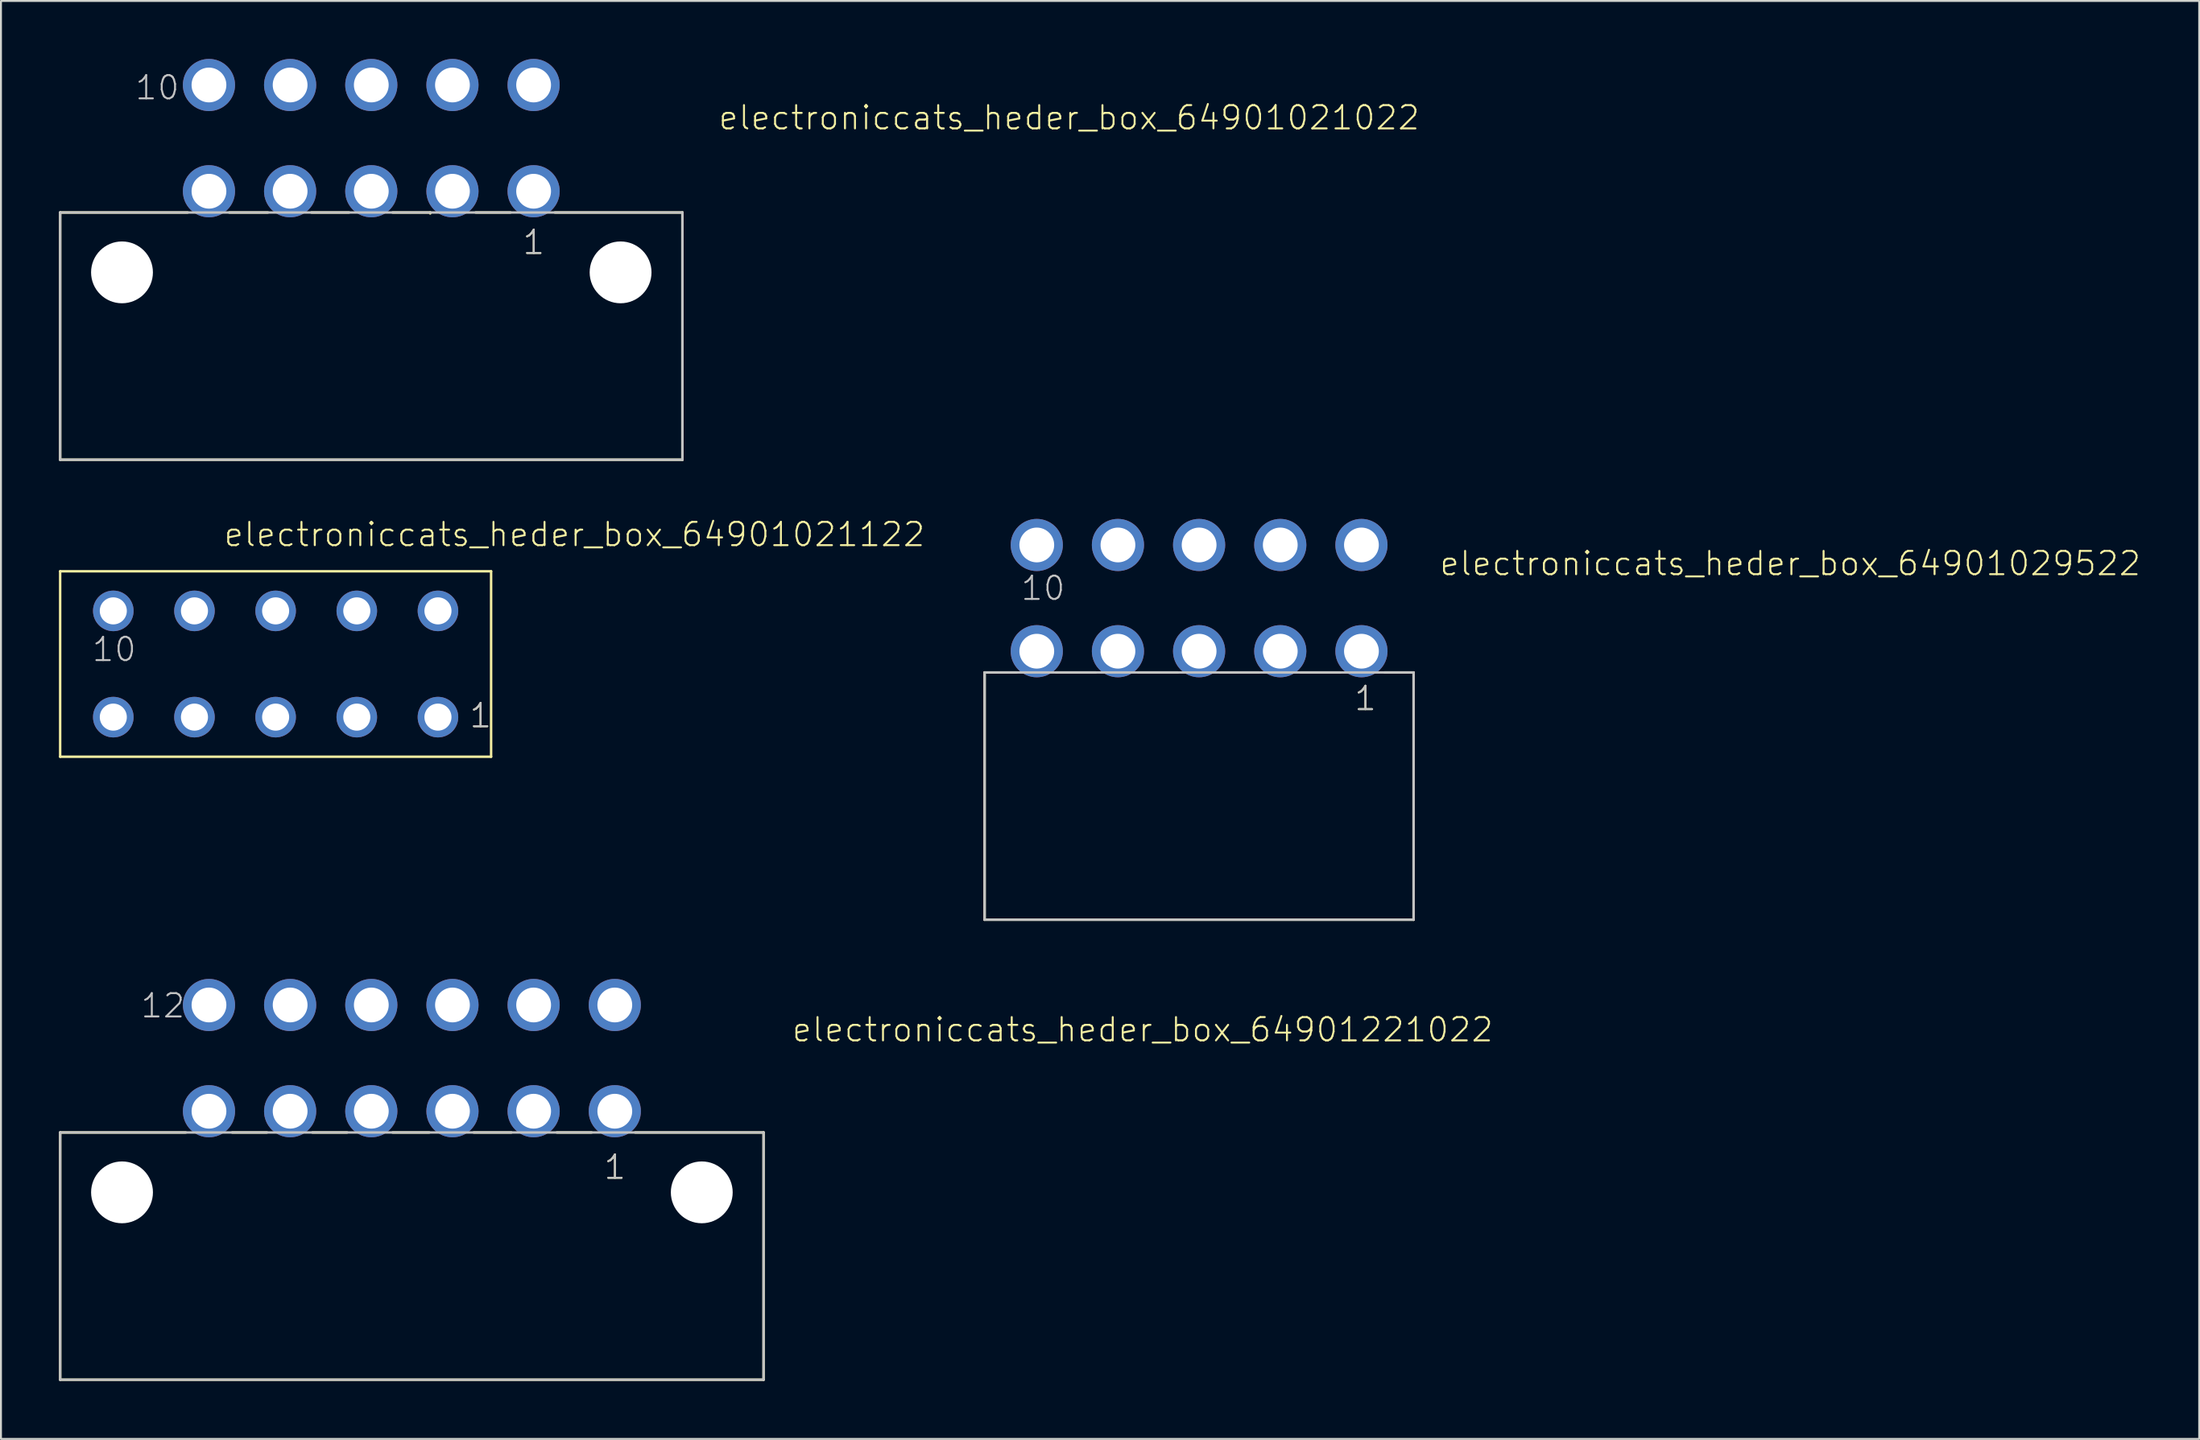
<source format=kicad_pcb>
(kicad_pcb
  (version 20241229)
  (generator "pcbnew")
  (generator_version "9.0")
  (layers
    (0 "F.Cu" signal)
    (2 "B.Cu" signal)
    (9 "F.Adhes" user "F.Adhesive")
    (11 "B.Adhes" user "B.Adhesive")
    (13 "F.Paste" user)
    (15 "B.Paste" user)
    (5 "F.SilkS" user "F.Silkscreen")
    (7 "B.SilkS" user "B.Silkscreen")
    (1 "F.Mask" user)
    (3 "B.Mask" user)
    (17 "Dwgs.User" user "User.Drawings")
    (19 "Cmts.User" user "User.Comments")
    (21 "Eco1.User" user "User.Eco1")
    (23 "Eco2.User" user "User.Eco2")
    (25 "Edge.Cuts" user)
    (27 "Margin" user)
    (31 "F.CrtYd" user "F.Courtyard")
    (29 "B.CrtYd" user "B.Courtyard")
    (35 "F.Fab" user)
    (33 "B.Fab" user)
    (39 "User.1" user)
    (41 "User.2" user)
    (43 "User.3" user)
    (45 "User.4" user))
  (footprint "electroniccats_heder_box_64901221022"
    (layer "F.Cu")
    (at 18.264 58.677)
    (property "Reference" "electroniccats_heder_box_64901221022" (at 19.602 -7.715 0) (layer "F.SilkS") (effects (font (size 1.206 1.206) (thickness 0.102)) (justify left bottom)))
    (attr through_hole)
    (fp_line (start -18.2 -3.1) (end -11.7 -3.1) (stroke (width 0.127) (type solid)) (layer "F.SilkS"))
    (fp_line (start -18.2 9.7) (end -18.2 -3.1) (stroke (width 0.127) (type solid)) (layer "F.SilkS"))
    (fp_line (start -9.3 -3.1) (end -7.5 -3.1) (stroke (width 0.127) (type solid)) (layer "F.SilkS"))
    (fp_line (start -5.15 -3.1) (end -3.35 -3.1) (stroke (width 0.127) (type solid)) (layer "F.SilkS"))
    (fp_line (start -1 -3.1) (end 0.9 -3.1) (stroke (width 0.127) (type solid)) (layer "F.SilkS"))
    (fp_line (start 3.2 -3.1) (end 5.15 -3.1) (stroke (width 0.127) (type solid)) (layer "F.SilkS"))
    (fp_line (start 7.5 -3.1) (end 9.3 -3.1) (stroke (width 0.127) (type solid)) (layer "F.SilkS"))
    (fp_line (start 11.55 -3.1) (end 18.2 -3.1) (stroke (width 0.127) (type solid)) (layer "F.SilkS"))
    (fp_line (start 18.2 -3.1) (end 18.2 9.7) (stroke (width 0.127) (type solid)) (layer "F.SilkS"))
    (fp_line (start 18.2 9.7) (end -18.2 9.7) (stroke (width 0.127) (type solid)) (layer "F.SilkS"))
    (fp_line (start -18.2 -3.1) (end 18.2 -3.1) (stroke (width 0.127) (type solid)) (layer "Dwgs.User"))
    (fp_line (start -18.2 9.7) (end -18.2 -3.1) (stroke (width 0.127) (type solid)) (layer "Dwgs.User"))
    (fp_line (start 18.2 -3.1) (end 18.2 9.7) (stroke (width 0.127) (type solid)) (layer "Dwgs.User"))
    (fp_line (start 18.2 9.7) (end -18.2 9.7) (stroke (width 0.127) (type solid)) (layer "Dwgs.User"))
    (fp_text user "1" (at 9.865 -0.6 0) (layer "F.SilkS") (effects (font (size 1.206 1.206) (thickness 0.102)) (justify left bottom)))
    (fp_text user "1" (at 9.865 -0.6 0) (layer "Dwgs.User") (effects (font (size 1.206 1.206) (thickness 0.102)) (justify left bottom)))
    (fp_text user "12" (at -14.1 -8.955 0) (layer "Dwgs.User") (effects (font (size 1.206 1.206) (thickness 0.102)) (justify left bottom)))
    (pad "" np_thru_hole circle (at -15 0) (size 3.2 3.2) (drill 3.2) (layers "*.Cu"))
    (pad "" np_thru_hole circle (at 15 0) (size 3.2 3.2) (drill 3.2) (layers "*.Cu"))
    (pad "1" thru_hole circle (at 10.5 -4.2) (size 2.7 2.7) (drill 1.8) (layers "*.Cu" "*.Mask"))
    (pad "2" thru_hole circle (at 6.3 -4.2) (size 2.7 2.7) (drill 1.8) (layers "*.Cu" "*.Mask"))
    (pad "3" thru_hole circle (at 2.1 -4.2) (size 2.7 2.7) (drill 1.8) (layers "*.Cu" "*.Mask"))
    (pad "4" thru_hole circle (at -2.1 -4.2) (size 2.7 2.7) (drill 1.8) (layers "*.Cu" "*.Mask"))
    (pad "5" thru_hole circle (at -6.3 -4.2) (size 2.7 2.7) (drill 1.8) (layers "*.Cu" "*.Mask"))
    (pad "6" thru_hole circle (at -10.5 -4.2) (size 2.7 2.7) (drill 1.8) (layers "*.Cu" "*.Mask"))
    (pad "7" thru_hole circle (at 10.5 -9.7) (size 2.7 2.7) (drill 1.8) (layers "*.Cu" "*.Mask"))
    (pad "8" thru_hole circle (at 6.3 -9.7) (size 2.7 2.7) (drill 1.8) (layers "*.Cu" "*.Mask"))
    (pad "9" thru_hole circle (at 2.1 -9.7) (size 2.7 2.7) (drill 1.8) (layers "*.Cu" "*.Mask"))
    (pad "10" thru_hole circle (at -2.1 -9.7) (size 2.7 2.7) (drill 1.8) (layers "*.Cu" "*.Mask"))
    (pad "11" thru_hole circle (at -6.3 -9.7) (size 2.7 2.7) (drill 1.8) (layers "*.Cu" "*.Mask"))
    (pad "12" thru_hole circle (at -10.5 -9.7) (size 2.7 2.7) (drill 1.8) (layers "*.Cu" "*.Mask")))
  (footprint "electroniccats_heder_box_64901029522"
    (layer "F.Cu")
    (at 59 27.913)
    (property "Reference" "electroniccats_heder_box_64901029522" (at 12.377 -1.085 0) (layer "F.SilkS") (effects (font (size 1.206 1.206) (thickness 0.102)) (justify left bottom)))
    (attr through_hole)
    (fp_line (start -11.1 3.85) (end -9.45 3.85) (stroke (width 0.127) (type solid)) (layer "F.SilkS"))
    (fp_line (start -11.1 16.65) (end -11.1 3.85) (stroke (width 0.127) (type solid)) (layer "F.SilkS"))
    (fp_line (start -7.4 3.85) (end -5.35 3.85) (stroke (width 0.127) (type solid)) (layer "F.SilkS"))
    (fp_line (start -3.15 3.85) (end -1.1 3.85) (stroke (width 0.127) (type solid)) (layer "F.SilkS"))
    (fp_line (start 1.1 3.85) (end 3.1 3.85) (stroke (width 0.127) (type solid)) (layer "F.SilkS"))
    (fp_line (start 5.25 3.85) (end 7.3 3.85) (stroke (width 0.127) (type solid)) (layer "F.SilkS"))
    (fp_line (start 9.6 3.85) (end 11.05 3.85) (stroke (width 0.127) (type solid)) (layer "F.SilkS"))
    (fp_line (start 11.1 3.85) (end 11.1 16.65) (stroke (width 0.127) (type solid)) (layer "F.SilkS"))
    (fp_line (start 11.1 16.65) (end -11.1 16.65) (stroke (width 0.127) (type solid)) (layer "F.SilkS"))
    (fp_line (start -11.1 3.85) (end 11.1 3.85) (stroke (width 0.127) (type solid)) (layer "Dwgs.User"))
    (fp_line (start -11.1 16.65) (end -11.1 3.85) (stroke (width 0.127) (type solid)) (layer "Dwgs.User"))
    (fp_line (start 11.1 3.85) (end 11.1 16.65) (stroke (width 0.127) (type solid)) (layer "Dwgs.User"))
    (fp_line (start 11.1 16.65) (end -11.1 16.65) (stroke (width 0.127) (type solid)) (layer "Dwgs.User"))
    (fp_text user "1" (at 7.965 5.9 0) (layer "F.SilkS") (effects (font (size 1.206 1.206) (thickness 0.102)) (justify left bottom)))
    (fp_text user "10" (at -9.29 0.195 0) (layer "Dwgs.User") (effects (font (size 1.206 1.206) (thickness 0.102)) (justify left bottom)))
    (fp_text user "1" (at 7.965 5.9 0) (layer "Dwgs.User") (effects (font (size 1.206 1.206) (thickness 0.102)) (justify left bottom)))
    (pad "1" thru_hole circle (at 8.4 2.75) (size 2.7 2.7) (drill 1.8) (layers "*.Cu" "*.Mask"))
    (pad "2" thru_hole circle (at 4.2 2.75) (size 2.7 2.7) (drill 1.8) (layers "*.Cu" "*.Mask"))
    (pad "3" thru_hole circle (at 0 2.75) (size 2.7 2.7) (drill 1.8) (layers "*.Cu" "*.Mask"))
    (pad "4" thru_hole circle (at -4.2 2.75) (size 2.7 2.7) (drill 1.8) (layers "*.Cu" "*.Mask"))
    (pad "5" thru_hole circle (at -8.4 2.75) (size 2.7 2.7) (drill 1.8) (layers "*.Cu" "*.Mask"))
    (pad "6" thru_hole circle (at 8.4 -2.75) (size 2.7 2.7) (drill 1.8) (layers "*.Cu" "*.Mask"))
    (pad "7" thru_hole circle (at 4.2 -2.75) (size 2.7 2.7) (drill 1.8) (layers "*.Cu" "*.Mask"))
    (pad "8" thru_hole circle (at 0 -2.75) (size 2.7 2.7) (drill 1.8) (layers "*.Cu" "*.Mask"))
    (pad "9" thru_hole circle (at -4.2 -2.75) (size 2.7 2.7) (drill 1.8) (layers "*.Cu" "*.Mask"))
    (pad "10" thru_hole circle (at -8.4 -2.75) (size 2.7 2.7) (drill 1.8) (layers "*.Cu" "*.Mask")))
  (footprint "electroniccats_heder_box_64901021122"
    (layer "F.Cu")
    (at 11.213 31.325)
    (property "Reference" "electroniccats_heder_box_64901021122" (at -2.75 -6 0) (layer "F.SilkS") (effects (font (size 1.206 1.206) (thickness 0.102)) (justify left bottom)))
    (attr through_hole)
    (fp_line (start -11.15 -4.8) (end 11.15 -4.8) (stroke (width 0.127) (type solid)) (layer "F.SilkS"))
    (fp_line (start -11.15 4.8) (end -11.15 -4.8) (stroke (width 0.127) (type solid)) (layer "F.SilkS"))
    (fp_line (start 11.15 -4.8) (end 11.15 4.8) (stroke (width 0.127) (type solid)) (layer "F.SilkS"))
    (fp_line (start 11.15 4.8) (end -11.15 4.8) (stroke (width 0.127) (type solid)) (layer "F.SilkS"))
    (fp_text user "1" (at 9.965 3.375 0) (layer "F.SilkS") (effects (font (size 1.206 1.206) (thickness 0.102)) (justify left bottom)))
    (fp_text user "10" (at -9.57 -0.05 0) (layer "Dwgs.User") (effects (font (size 1.206 1.206) (thickness 0.102)) (justify left bottom)))
    (fp_text user "1" (at 9.965 3.375 0) (layer "Dwgs.User") (effects (font (size 1.206 1.206) (thickness 0.102)) (justify left bottom)))
    (pad "1" thru_hole circle (at 8.4 2.75) (size 2.1 2.1) (drill 1.4) (layers "*.Cu" "*.Mask"))
    (pad "2" thru_hole circle (at 4.2 2.75) (size 2.1 2.1) (drill 1.4) (layers "*.Cu" "*.Mask"))
    (pad "3" thru_hole circle (at 0 2.75) (size 2.1 2.1) (drill 1.4) (layers "*.Cu" "*.Mask"))
    (pad "4" thru_hole circle (at -4.2 2.75) (size 2.1 2.1) (drill 1.4) (layers "*.Cu" "*.Mask"))
    (pad "5" thru_hole circle (at -8.4 2.75) (size 2.1 2.1) (drill 1.4) (layers "*.Cu" "*.Mask"))
    (pad "6" thru_hole circle (at 8.4 -2.75) (size 2.1 2.1) (drill 1.4) (layers "*.Cu" "*.Mask"))
    (pad "7" thru_hole circle (at 4.2 -2.75) (size 2.1 2.1) (drill 1.4) (layers "*.Cu" "*.Mask"))
    (pad "8" thru_hole circle (at 0 -2.75) (size 2.1 2.1) (drill 1.4) (layers "*.Cu" "*.Mask"))
    (pad "9" thru_hole circle (at -4.2 -2.75) (size 2.1 2.1) (drill 1.4) (layers "*.Cu" "*.Mask"))
    (pad "10" thru_hole circle (at -8.4 -2.75) (size 2.1 2.1) (drill 1.4) (layers "*.Cu" "*.Mask")))
  (footprint "electroniccats_heder_box_64901021022"
    (layer "F.Cu")
    (at 16.163 11.05)
    (property "Reference" "electroniccats_heder_box_64901021022" (at 17.898 -7.3 0) (layer "F.SilkS") (effects (font (size 1.206 1.206) (thickness 0.102)) (justify left bottom)))
    (attr through_hole)
    (fp_line (start -16.1 -3.1) (end -9.5 -3.1) (stroke (width 0.127) (type solid)) (layer "F.SilkS"))
    (fp_line (start -16.1 9.7) (end -16.1 -3.1) (stroke (width 0.127) (type solid)) (layer "F.SilkS"))
    (fp_line (start -7.35 -3.1) (end -5.35 -3.1) (stroke (width 0.127) (type solid)) (layer "F.SilkS"))
    (fp_line (start -3.1 -3.1) (end -1.15 -3.1) (stroke (width 0.127) (type solid)) (layer "F.SilkS"))
    (fp_line (start 1.1 -3.1) (end 3.05 -3.1) (stroke (width 0.127) (type solid)) (layer "F.SilkS"))
    (fp_line (start 3.05 -3.1) (end 3.05 -3.05) (stroke (width 0.127) (type solid)) (layer "F.SilkS"))
    (fp_line (start 5.4 -3.1) (end 7.2 -3.1) (stroke (width 0.127) (type solid)) (layer "F.SilkS"))
    (fp_line (start 9.5 -3.1) (end 16.1 -3.1) (stroke (width 0.127) (type solid)) (layer "F.SilkS"))
    (fp_line (start 16.1 -3.1) (end 16.1 9.7) (stroke (width 0.127) (type solid)) (layer "F.SilkS"))
    (fp_line (start 16.1 9.7) (end -16.1 9.7) (stroke (width 0.127) (type solid)) (layer "F.SilkS"))
    (fp_line (start -16.1 -3.1) (end 16.1 -3.1) (stroke (width 0.127) (type solid)) (layer "Dwgs.User"))
    (fp_line (start -16.1 9.7) (end -16.1 -3.1) (stroke (width 0.127) (type solid)) (layer "Dwgs.User"))
    (fp_line (start 16.1 -3.1) (end 16.1 9.7) (stroke (width 0.127) (type solid)) (layer "Dwgs.User"))
    (fp_line (start 16.1 9.7) (end -16.1 9.7) (stroke (width 0.127) (type solid)) (layer "Dwgs.User"))
    (fp_text user "1" (at 7.765 -0.85 0) (layer "F.SilkS") (effects (font (size 1.206 1.206) (thickness 0.102)) (justify left bottom)))
    (fp_text user "1" (at 7.765 -0.85 0) (layer "Dwgs.User") (effects (font (size 1.206 1.206) (thickness 0.102)) (justify left bottom)))
    (fp_text user "10" (at -12.29 -8.855 0) (layer "Dwgs.User") (effects (font (size 1.206 1.206) (thickness 0.102)) (justify left bottom)))
    (pad "" np_thru_hole circle (at -12.9 0) (size 3.2 3.2) (drill 3.2) (layers "*.Cu"))
    (pad "" np_thru_hole circle (at 12.9 0) (size 3.2 3.2) (drill 3.2) (layers "*.Cu"))
    (pad "1" thru_hole circle (at 8.4 -4.2) (size 2.7 2.7) (drill 1.8) (layers "*.Cu" "*.Mask"))
    (pad "2" thru_hole circle (at 4.2 -4.2) (size 2.7 2.7) (drill 1.8) (layers "*.Cu" "*.Mask"))
    (pad "3" thru_hole circle (at 0 -4.2) (size 2.7 2.7) (drill 1.8) (layers "*.Cu" "*.Mask"))
    (pad "4" thru_hole circle (at -4.2 -4.2) (size 2.7 2.7) (drill 1.8) (layers "*.Cu" "*.Mask"))
    (pad "5" thru_hole circle (at -8.4 -4.2) (size 2.7 2.7) (drill 1.8) (layers "*.Cu" "*.Mask"))
    (pad "6" thru_hole circle (at 8.4 -9.7) (size 2.7 2.7) (drill 1.8) (layers "*.Cu" "*.Mask"))
    (pad "7" thru_hole circle (at 4.2 -9.7) (size 2.7 2.7) (drill 1.8) (layers "*.Cu" "*.Mask"))
    (pad "8" thru_hole circle (at 0 -9.7) (size 2.7 2.7) (drill 1.8) (layers "*.Cu" "*.Mask"))
    (pad "9" thru_hole circle (at -4.2 -9.7) (size 2.7 2.7) (drill 1.8) (layers "*.Cu" "*.Mask"))
    (pad "10" thru_hole circle (at -8.4 -9.7) (size 2.7 2.7) (drill 1.8) (layers "*.Cu" "*.Mask")))
  (gr_rect
    (start -3 -3)
    (end 110.751 71.441)
    (stroke (width 0.1) (type default))
    (fill no)
    (layer "Edge.Cuts")))
</source>
